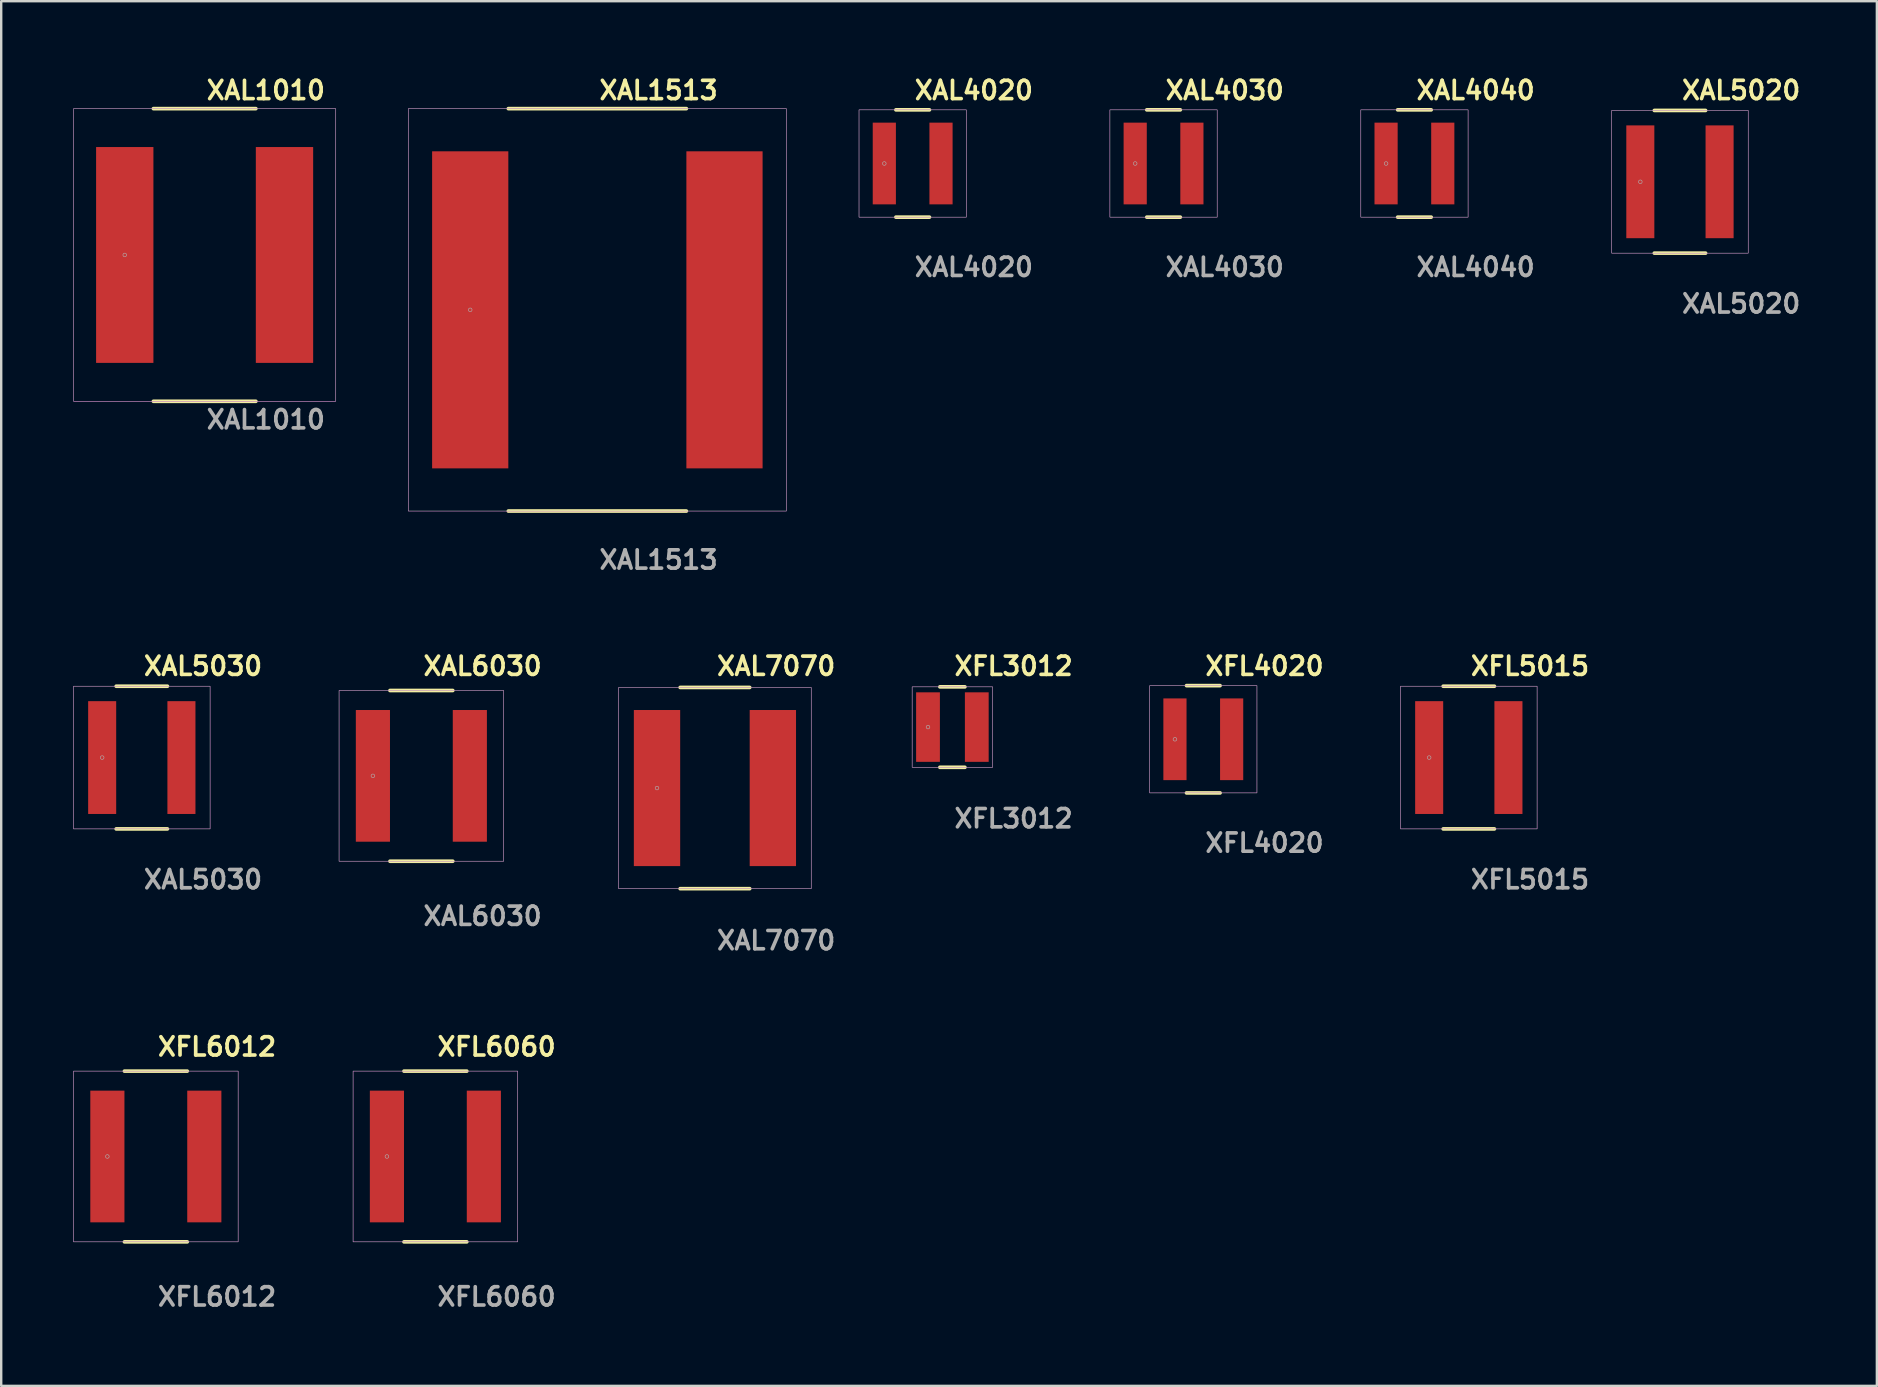
<source format=kicad_pcb>
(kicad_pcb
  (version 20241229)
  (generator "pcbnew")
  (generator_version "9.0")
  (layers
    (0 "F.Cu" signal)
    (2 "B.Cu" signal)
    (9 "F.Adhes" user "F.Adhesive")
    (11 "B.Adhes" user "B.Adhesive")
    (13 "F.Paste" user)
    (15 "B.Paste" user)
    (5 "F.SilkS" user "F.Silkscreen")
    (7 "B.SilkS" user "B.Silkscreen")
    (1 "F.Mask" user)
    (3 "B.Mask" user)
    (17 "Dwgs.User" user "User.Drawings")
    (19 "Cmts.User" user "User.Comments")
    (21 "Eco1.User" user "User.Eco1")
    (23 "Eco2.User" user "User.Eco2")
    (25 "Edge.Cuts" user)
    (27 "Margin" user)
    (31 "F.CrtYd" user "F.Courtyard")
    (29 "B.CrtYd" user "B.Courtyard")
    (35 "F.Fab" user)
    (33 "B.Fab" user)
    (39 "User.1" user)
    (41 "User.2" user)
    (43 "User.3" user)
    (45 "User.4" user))
  (footprint "XAL1513"
    (layer "F.Cu")
    (at 21.834 9.857)
    (property "Reference" "XAL1513" (at 0 -9.144 0) (unlocked yes) (layer "F.SilkS") (effects (font (size 0.762 0.762) (thickness 0.152)) (justify left)))
    (attr smd)
    (fp_line (start 3.708 -8.382) (end -3.708 -8.382) (stroke (width 0.152) (type solid)) (layer "F.SilkS"))
    (fp_line (start 3.708 8.382) (end -3.708 8.382) (stroke (width 0.152) (type solid)) (layer "F.SilkS"))
    (fp_rect (start -7.874 -8.382) (end 7.874 8.382) (stroke (width 0.006) (type default)) (fill no) (layer "F.CrtYd"))
    (fp_rect (start -7.874 -8.382) (end 7.874 8.382) (stroke (width 0.025) (type default)) (fill no) (layer "F.Fab"))
    (fp_circle (center -5.296 0) (end -5.22 0) (stroke (width 0.025) (type solid)) (fill no) (layer "F.Fab"))
    (fp_text user "${REFERENCE}" (at 0 10.414 0) (unlocked yes) (layer "F.Fab") (effects (font (size 0.762 0.762) (thickness 0.152)) (justify left)))
    (pad "1" smd rect (at -5.296 0) (size 3.175 13.208) (layers "F.Cu" "F.Mask" "F.Paste"))
    (pad "2" smd rect (at 5.296 0) (size 3.175 13.208) (layers "F.Cu" "F.Mask" "F.Paste")))
  (footprint "XAL5020"
    (layer "F.Cu")
    (at 66.932 4.523)
    (property "Reference" "XAL5020" (at 0 -3.81 0) (unlocked yes) (layer "F.SilkS") (effects (font (size 0.762 0.762) (thickness 0.152)) (justify left)))
    (attr smd)
    (fp_line (start 1.067 -2.972) (end -1.067 -2.972) (stroke (width 0.152) (type solid)) (layer "F.SilkS"))
    (fp_line (start 1.067 2.972) (end -1.067 2.972) (stroke (width 0.152) (type solid)) (layer "F.SilkS"))
    (fp_rect (start -2.845 -2.972) (end 2.845 2.972) (stroke (width 0.006) (type default)) (fill no) (layer "F.CrtYd"))
    (fp_rect (start -2.845 -2.972) (end 2.845 2.972) (stroke (width 0.025) (type default)) (fill no) (layer "F.Fab"))
    (fp_circle (center -1.651 0) (end -1.575 0) (stroke (width 0.025) (type solid)) (fill no) (layer "F.Fab"))
    (fp_text user "${REFERENCE}" (at 0 5.08 0) (unlocked yes) (layer "F.Fab") (effects (font (size 0.762 0.762) (thickness 0.152)) (justify left)))
    (pad "1" smd rect (at -1.651 0) (size 1.168 4.699) (layers "F.Cu" "F.Mask" "F.Paste"))
    (pad "2" smd rect (at 1.651 0) (size 1.168 4.699) (layers "F.Cu" "F.Mask" "F.Paste")))
  (footprint "XFL6060"
    (layer "F.Cu")
    (at 15.087 45.126)
    (property "Reference" "XFL6060" (at 0 -4.572 0) (unlocked yes) (layer "F.SilkS") (effects (font (size 0.762 0.762) (thickness 0.152)) (justify left)))
    (attr smd)
    (fp_line (start 1.308 -3.556) (end -1.308 -3.556) (stroke (width 0.152) (type solid)) (layer "F.SilkS"))
    (fp_line (start 1.308 3.556) (end -1.308 3.556) (stroke (width 0.152) (type solid)) (layer "F.SilkS"))
    (fp_rect (start -3.429 -3.556) (end 3.429 3.556) (stroke (width 0.006) (type default)) (fill no) (layer "F.CrtYd"))
    (fp_rect (start -3.429 -3.556) (end 3.429 3.556) (stroke (width 0.025) (type default)) (fill no) (layer "F.Fab"))
    (fp_circle (center -2.019 0) (end -1.943 0) (stroke (width 0.025) (type solid)) (fill no) (layer "F.Fab"))
    (fp_text user "${REFERENCE}" (at 0 5.842 0) (unlocked yes) (layer "F.Fab") (effects (font (size 0.762 0.762) (thickness 0.152)) (justify left)))
    (pad "1" smd rect (at -2.019 0) (size 1.422 5.486) (layers "F.Cu" "F.Mask" "F.Paste"))
    (pad "2" smd rect (at 2.019 0) (size 1.422 5.486) (layers "F.Cu" "F.Mask" "F.Paste")))
  (footprint "XFL5015"
    (layer "F.Cu")
    (at 58.136 28.508)
    (property "Reference" "XFL5015" (at 0 -3.81 0) (unlocked yes) (layer "F.SilkS") (effects (font (size 0.762 0.762) (thickness 0.152)) (justify left)))
    (attr smd)
    (fp_line (start 1.067 -2.972) (end -1.067 -2.972) (stroke (width 0.152) (type solid)) (layer "F.SilkS"))
    (fp_line (start 1.067 2.972) (end -1.067 2.972) (stroke (width 0.152) (type solid)) (layer "F.SilkS"))
    (fp_rect (start -2.845 -2.972) (end 2.845 2.972) (stroke (width 0.006) (type default)) (fill no) (layer "F.CrtYd"))
    (fp_rect (start -2.845 -2.972) (end 2.845 2.972) (stroke (width 0.025) (type default)) (fill no) (layer "F.Fab"))
    (fp_circle (center -1.651 0) (end -1.575 0) (stroke (width 0.025) (type solid)) (fill no) (layer "F.Fab"))
    (fp_text user "${REFERENCE}" (at 0 5.08 0) (unlocked yes) (layer "F.Fab") (effects (font (size 0.762 0.762) (thickness 0.152)) (justify left)))
    (pad "1" smd rect (at -1.651 0) (size 1.168 4.699) (layers "F.Cu" "F.Mask" "F.Paste"))
    (pad "2" smd rect (at 1.651 0) (size 1.168 4.699) (layers "F.Cu" "F.Mask" "F.Paste")))
  (footprint "XAL5030"
    (layer "F.Cu")
    (at 2.857 28.508)
    (property "Reference" "XAL5030" (at 0 -3.81 0) (unlocked yes) (layer "F.SilkS") (effects (font (size 0.762 0.762) (thickness 0.152)) (justify left)))
    (attr smd)
    (fp_line (start 1.067 -2.972) (end -1.067 -2.972) (stroke (width 0.152) (type solid)) (layer "F.SilkS"))
    (fp_line (start 1.067 2.972) (end -1.067 2.972) (stroke (width 0.152) (type solid)) (layer "F.SilkS"))
    (fp_rect (start -2.845 -2.972) (end 2.845 2.972) (stroke (width 0.006) (type default)) (fill no) (layer "F.CrtYd"))
    (fp_rect (start -2.845 -2.972) (end 2.845 2.972) (stroke (width 0.025) (type default)) (fill no) (layer "F.Fab"))
    (fp_circle (center -1.651 0) (end -1.575 0) (stroke (width 0.025) (type solid)) (fill no) (layer "F.Fab"))
    (fp_text user "${REFERENCE}" (at 0 5.08 0) (unlocked yes) (layer "F.Fab") (effects (font (size 0.762 0.762) (thickness 0.152)) (justify left)))
    (pad "1" smd rect (at -1.651 0) (size 1.168 4.699) (layers "F.Cu" "F.Mask" "F.Paste"))
    (pad "2" smd rect (at 1.651 0) (size 1.168 4.699) (layers "F.Cu" "F.Mask" "F.Paste")))
  (footprint "XAL1010"
    (layer "F.Cu")
    (at 5.474 7.571)
    (property "Reference" "XAL1010" (at 0 -6.858 0) (unlocked yes) (layer "F.SilkS") (effects (font (size 0.762 0.762) (thickness 0.152)) (justify left)))
    (attr smd)
    (fp_line (start 2.134 -6.096) (end -2.134 -6.096) (stroke (width 0.152) (type solid)) (layer "F.SilkS"))
    (fp_line (start 2.134 6.096) (end -2.134 6.096) (stroke (width 0.152) (type solid)) (layer "F.SilkS"))
    (fp_rect (start -5.461 -6.096) (end 5.461 6.096) (stroke (width 0.006) (type default)) (fill no) (layer "F.CrtYd"))
    (fp_rect (start -5.461 -6.096) (end 5.461 6.096) (stroke (width 0.025) (type default)) (fill no) (layer "F.Fab"))
    (fp_circle (center -3.327 0) (end -3.251 0) (stroke (width 0.025) (type solid)) (fill no) (layer "F.Fab"))
    (fp_text user "${REFERENCE}" (at 0 6.858 0) (unlocked yes) (layer "F.Fab") (effects (font (size 0.762 0.762) (thickness 0.152)) (justify left)))
    (pad "1" smd rect (at -3.327 0) (size 2.388 8.992) (layers "F.Cu" "F.Mask" "F.Paste"))
    (pad "2" smd rect (at 3.327 0) (size 2.388 8.992) (layers "F.Cu" "F.Mask" "F.Paste")))
  (footprint "XFL3012"
    (layer "F.Cu")
    (at 36.624 27.238)
    (property "Reference" "XFL3012" (at 0 -2.54 0) (unlocked yes) (layer "F.SilkS") (effects (font (size 0.762 0.762) (thickness 0.152)) (justify left)))
    (attr smd)
    (fp_line (start 0.521 -1.676) (end -0.521 -1.676) (stroke (width 0.152) (type solid)) (layer "F.SilkS"))
    (fp_line (start 0.521 1.676) (end -0.521 1.676) (stroke (width 0.152) (type solid)) (layer "F.SilkS"))
    (fp_rect (start -1.676 -1.676) (end 1.676 1.676) (stroke (width 0.006) (type default)) (fill no) (layer "F.CrtYd"))
    (fp_rect (start -1.676 -1.676) (end 1.676 1.676) (stroke (width 0.025) (type default)) (fill no) (layer "F.Fab"))
    (fp_circle (center -1.016 0) (end -0.94 0) (stroke (width 0.025) (type solid)) (fill no) (layer "F.Fab"))
    (fp_text user "${REFERENCE}" (at 0 3.81 0) (unlocked yes) (layer "F.Fab") (effects (font (size 0.762 0.762) (thickness 0.152)) (justify left)))
    (pad "1" smd rect (at -1.016 0) (size 0.991 2.896) (layers "F.Cu" "F.Mask" "F.Paste"))
    (pad "2" smd rect (at 1.016 0) (size 0.991 2.896) (layers "F.Cu" "F.Mask" "F.Paste")))
  (footprint "XAL6030"
    (layer "F.Cu")
    (at 14.503 29.27)
    (property "Reference" "XAL6030" (at 0 -4.572 0) (unlocked yes) (layer "F.SilkS") (effects (font (size 0.762 0.762) (thickness 0.152)) (justify left)))
    (attr smd)
    (fp_line (start 1.308 -3.556) (end -1.308 -3.556) (stroke (width 0.152) (type solid)) (layer "F.SilkS"))
    (fp_line (start 1.308 3.556) (end -1.308 3.556) (stroke (width 0.152) (type solid)) (layer "F.SilkS"))
    (fp_rect (start -3.429 -3.556) (end 3.429 3.556) (stroke (width 0.006) (type default)) (fill no) (layer "F.CrtYd"))
    (fp_rect (start -3.429 -3.556) (end 3.429 3.556) (stroke (width 0.025) (type default)) (fill no) (layer "F.Fab"))
    (fp_circle (center -2.019 0) (end -1.943 0) (stroke (width 0.025) (type solid)) (fill no) (layer "F.Fab"))
    (fp_text user "${REFERENCE}" (at 0 5.842 0) (unlocked yes) (layer "F.Fab") (effects (font (size 0.762 0.762) (thickness 0.152)) (justify left)))
    (pad "1" smd rect (at -2.019 0) (size 1.422 5.486) (layers "F.Cu" "F.Mask" "F.Paste"))
    (pad "2" smd rect (at 2.019 0) (size 1.422 5.486) (layers "F.Cu" "F.Mask" "F.Paste")))
  (footprint "XFL4020"
    (layer "F.Cu")
    (at 47.076 27.746)
    (property "Reference" "XFL4020" (at 0 -3.048 0) (unlocked yes) (layer "F.SilkS") (effects (font (size 0.762 0.762) (thickness 0.152)) (justify left)))
    (attr smd)
    (fp_line (start 0.699 -2.235) (end -0.699 -2.235) (stroke (width 0.152) (type solid)) (layer "F.SilkS"))
    (fp_line (start 0.699 2.235) (end -0.699 2.235) (stroke (width 0.152) (type solid)) (layer "F.SilkS"))
    (fp_rect (start -2.235 -2.235) (end 2.235 2.235) (stroke (width 0.006) (type default)) (fill no) (layer "F.CrtYd"))
    (fp_rect (start -2.235 -2.235) (end 2.235 2.235) (stroke (width 0.025) (type default)) (fill no) (layer "F.Fab"))
    (fp_circle (center -1.181 0) (end -1.105 0) (stroke (width 0.025) (type solid)) (fill no) (layer "F.Fab"))
    (fp_text user "${REFERENCE}" (at 0 4.318 0) (unlocked yes) (layer "F.Fab") (effects (font (size 0.762 0.762) (thickness 0.152)) (justify left)))
    (pad "1" smd rect (at -1.181 0) (size 0.965 3.404) (layers "F.Cu" "F.Mask" "F.Paste"))
    (pad "2" smd rect (at 1.181 0) (size 0.965 3.404) (layers "F.Cu" "F.Mask" "F.Paste")))
  (footprint "XFL6012"
    (layer "F.Cu")
    (at 3.442 45.126)
    (property "Reference" "XFL6012" (at 0 -4.572 0) (unlocked yes) (layer "F.SilkS") (effects (font (size 0.762 0.762) (thickness 0.152)) (justify left)))
    (attr smd)
    (fp_line (start 1.308 -3.556) (end -1.308 -3.556) (stroke (width 0.152) (type solid)) (layer "F.SilkS"))
    (fp_line (start 1.308 3.556) (end -1.308 3.556) (stroke (width 0.152) (type solid)) (layer "F.SilkS"))
    (fp_rect (start -3.429 -3.556) (end 3.429 3.556) (stroke (width 0.006) (type default)) (fill no) (layer "F.CrtYd"))
    (fp_rect (start -3.429 -3.556) (end 3.429 3.556) (stroke (width 0.025) (type default)) (fill no) (layer "F.Fab"))
    (fp_circle (center -2.019 0) (end -1.943 0) (stroke (width 0.025) (type solid)) (fill no) (layer "F.Fab"))
    (fp_text user "${REFERENCE}" (at 0 5.842 0) (unlocked yes) (layer "F.Fab") (effects (font (size 0.762 0.762) (thickness 0.152)) (justify left)))
    (pad "1" smd rect (at -2.019 0) (size 1.422 5.486) (layers "F.Cu" "F.Mask" "F.Paste"))
    (pad "2" smd rect (at 2.019 0) (size 1.422 5.486) (layers "F.Cu" "F.Mask" "F.Paste")))
  (footprint "XAL4020"
    (layer "F.Cu")
    (at 34.969 3.761)
    (property "Reference" "XAL4020" (at 0 -3.048 0) (unlocked yes) (layer "F.SilkS") (effects (font (size 0.762 0.762) (thickness 0.152)) (justify left)))
    (fp_line (start 0.699 -2.235) (end -0.699 -2.235) (stroke (width 0.152) (type solid)) (layer "F.SilkS"))
    (fp_line (start 0.699 2.235) (end -0.699 2.235) (stroke (width 0.152) (type solid)) (layer "F.SilkS"))
    (fp_rect (start -2.235 -2.235) (end 2.235 2.235) (stroke (width 0.006) (type solid)) (fill no) (layer "F.CrtYd"))
    (fp_rect (start -2.235 -2.235) (end 2.235 2.235) (stroke (width 0.025) (type default)) (fill no) (layer "F.Fab"))
    (fp_circle (center -1.181 0) (end -1.105 0) (stroke (width 0.025) (type solid)) (fill no) (layer "F.Fab"))
    (fp_text user "${REFERENCE}" (at 0 4.318 0) (unlocked yes) (layer "F.Fab") (effects (font (size 0.762 0.762) (thickness 0.152)) (justify left)))
    (pad "1" smd rect (at -1.181 0) (size 0.965 3.404) (layers "F.Cu" "F.Mask" "F.Paste"))
    (pad "2" smd rect (at 1.181 0) (size 0.965 3.404) (layers "F.Cu" "F.Mask" "F.Paste")))
  (footprint "XAL4030"
    (layer "F.Cu")
    (at 45.42 3.761)
    (property "Reference" "XAL4030" (at 0 -3.048 0) (unlocked yes) (layer "F.SilkS") (effects (font (size 0.762 0.762) (thickness 0.152)) (justify left)))
    (attr smd)
    (fp_line (start 0.699 -2.235) (end -0.699 -2.235) (stroke (width 0.152) (type solid)) (layer "F.SilkS"))
    (fp_line (start 0.699 2.235) (end -0.699 2.235) (stroke (width 0.152) (type solid)) (layer "F.SilkS"))
    (fp_rect (start -2.235 -2.235) (end 2.235 2.235) (stroke (width 0.006) (type default)) (fill no) (layer "F.CrtYd"))
    (fp_rect (start -2.235 -2.235) (end 2.235 2.235) (stroke (width 0.025) (type default)) (fill no) (layer "F.Fab"))
    (fp_circle (center -1.181 0) (end -1.105 0) (stroke (width 0.025) (type solid)) (fill no) (layer "F.Fab"))
    (fp_text user "${REFERENCE}" (at 0 4.318 0) (unlocked yes) (layer "F.Fab") (effects (font (size 0.762 0.762) (thickness 0.152)) (justify left)))
    (pad "1" smd rect (at -1.181 0) (size 0.965 3.404) (layers "F.Cu" "F.Mask" "F.Paste"))
    (pad "2" smd rect (at 1.181 0) (size 0.965 3.404) (layers "F.Cu" "F.Mask" "F.Paste")))
  (footprint "XAL4040"
    (layer "F.Cu")
    (at 55.871 3.761)
    (property "Reference" "XAL4040" (at 0 -3.048 0) (unlocked yes) (layer "F.SilkS") (effects (font (size 0.762 0.762) (thickness 0.152)) (justify left)))
    (attr smd)
    (fp_line (start 0.699 -2.235) (end -0.699 -2.235) (stroke (width 0.152) (type solid)) (layer "F.SilkS"))
    (fp_line (start 0.699 2.235) (end -0.699 2.235) (stroke (width 0.152) (type solid)) (layer "F.SilkS"))
    (fp_rect (start -2.235 -2.235) (end 2.235 2.235) (stroke (width 0.006) (type default)) (fill no) (layer "F.CrtYd"))
    (fp_rect (start -2.235 -2.235) (end 2.235 2.235) (stroke (width 0.025) (type default)) (fill no) (layer "F.Fab"))
    (fp_circle (center -1.181 0) (end -1.105 0) (stroke (width 0.025) (type solid)) (fill no) (layer "F.Fab"))
    (fp_text user "${REFERENCE}" (at 0 4.318 0) (unlocked yes) (layer "F.Fab") (effects (font (size 0.762 0.762) (thickness 0.152)) (justify left)))
    (pad "1" smd rect (at -1.181 0) (size 0.965 3.404) (layers "F.Cu" "F.Mask" "F.Paste"))
    (pad "2" smd rect (at 1.181 0) (size 0.965 3.404) (layers "F.Cu" "F.Mask" "F.Paste")))
  (footprint "XAL7070"
    (layer "F.Cu")
    (at 26.732 29.778)
    (property "Reference" "XAL7070" (at 0 -5.08 0) (unlocked yes) (layer "F.SilkS") (effects (font (size 0.762 0.762) (thickness 0.152)) (justify left)))
    (attr smd)
    (fp_line (start 1.448 -4.191) (end -1.448 -4.191) (stroke (width 0.152) (type solid)) (layer "F.SilkS"))
    (fp_line (start 1.448 4.191) (end -1.448 4.191) (stroke (width 0.152) (type solid)) (layer "F.SilkS"))
    (fp_rect (start -4.013 -4.191) (end 4.013 4.191) (stroke (width 0.006) (type default)) (fill no) (layer "F.CrtYd"))
    (fp_rect (start -4.013 -4.191) (end 4.013 4.191) (stroke (width 0.025) (type default)) (fill no) (layer "F.Fab"))
    (fp_circle (center -2.413 0) (end -2.337 0) (stroke (width 0.025) (type solid)) (fill no) (layer "F.Fab"))
    (fp_text user "${REFERENCE}" (at 0 6.35 0) (unlocked yes) (layer "F.Fab") (effects (font (size 0.762 0.762) (thickness 0.152)) (justify left)))
    (pad "1" smd rect (at -2.413 0) (size 1.93 6.502) (layers "F.Cu" "F.Mask" "F.Paste"))
    (pad "2" smd rect (at 2.413 0) (size 1.93 6.502) (layers "F.Cu" "F.Mask" "F.Paste")))
  (gr_rect
    (start -3 -3)
    (end 75.135 54.681)
    (stroke (width 0.1) (type default))
    (fill no)
    (layer "Edge.Cuts")))
</source>
